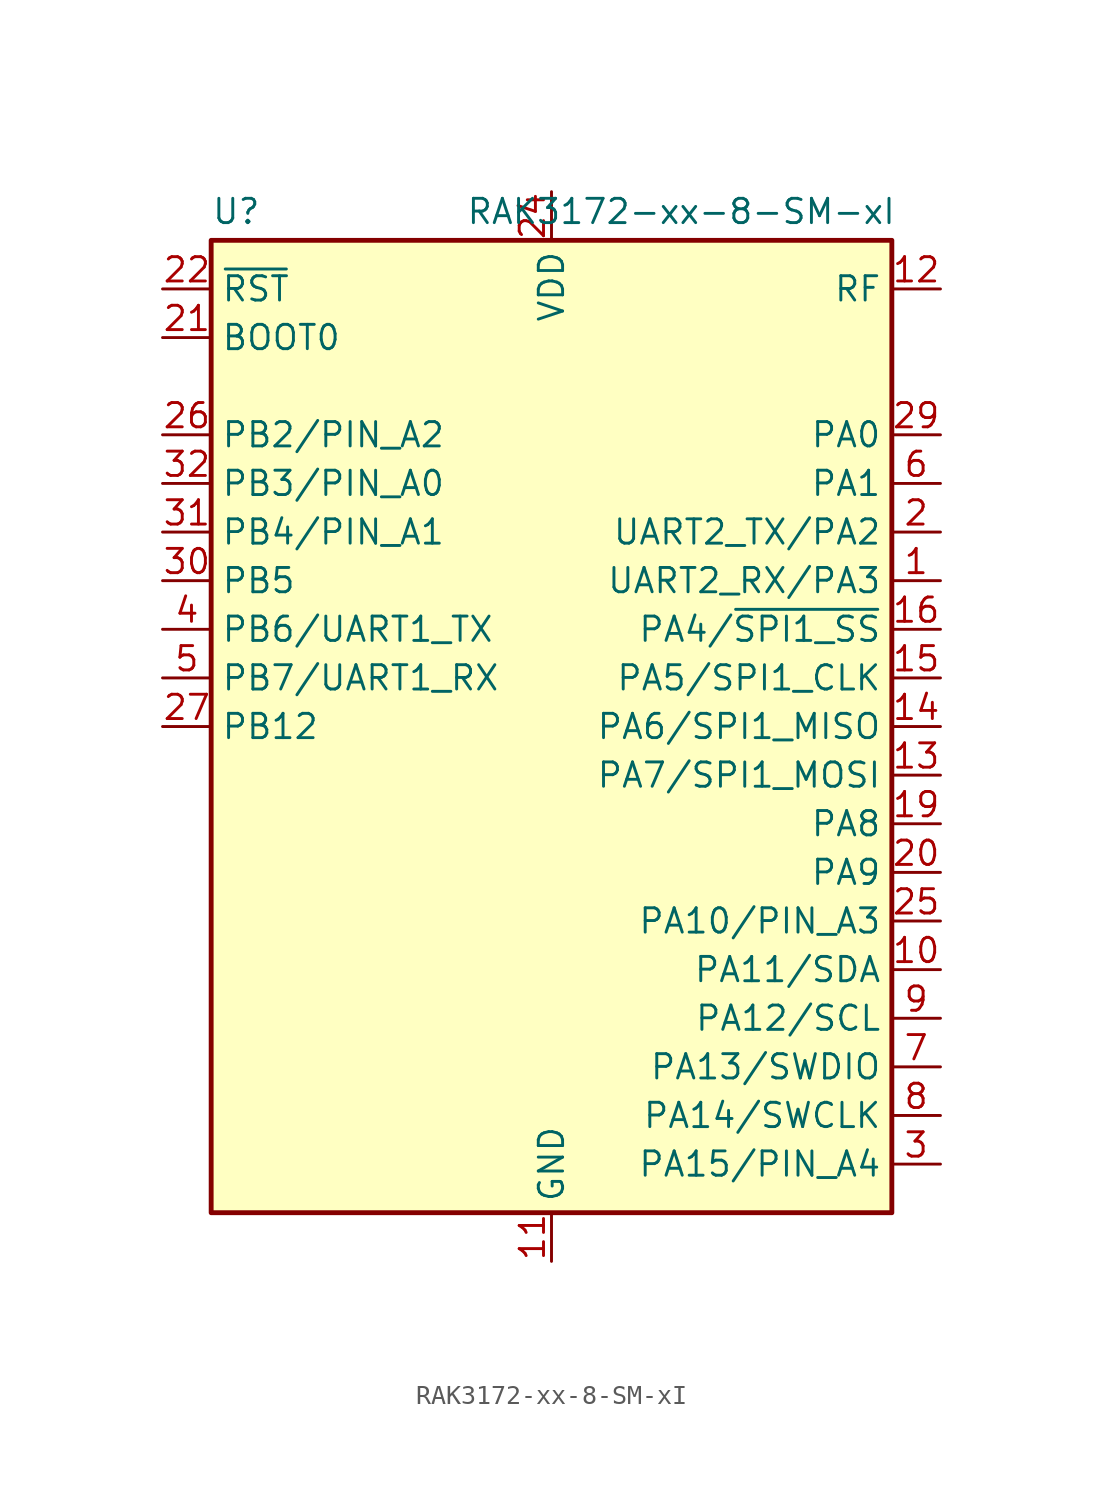
<source format=kicad_sym>
(kicad_symbol_lib
  (version 20241209)
  (generator "kicad_symbol_editor")
  (generator_version "9.0")
  (symbol "RAK3172-xx-8-SM-xI"
    (property "Reference" "U"
      (at -17.78 26.162 0)
      (effects (font (size 1.27 1.27)) (justify left bottom)))
    (property "Value" "RAK3172-xx-8-SM-xI"
      (at 18.034 26.162 0)
      (effects (font (size 1.27 1.27)) (justify right bottom)))
    (symbol "RAK3172-xx-8-SM-xI_0_0"
      (pin bidirectional line (at 20.32 7.62 180) (length 2.54) (name "UART2_RX/PA3" (effects (font (size 1.27 1.27)))) (number "1" (effects (font (size 1.27 1.27)))))
      (pin bidirectional line (at 20.32 -5.08 180) (length 2.54) (name "PA8" (effects (font (size 1.27 1.27)))) (number "19" (effects (font (size 1.27 1.27)))))
      (pin bidirectional line (at 20.32 10.16 180) (length 2.54) (name "UART2_TX/PA2" (effects (font (size 1.27 1.27)))) (number "2" (effects (font (size 1.27 1.27)))))
      (pin bidirectional line (at 20.32 -7.62 180) (length 2.54) (name "PA9" (effects (font (size 1.27 1.27)))) (number "20" (effects (font (size 1.27 1.27)))))
      (pin input line (at -20.32 20.32 0) (length 2.54) (name "BOOT0" (effects (font (size 1.27 1.27)))) (number "21" (effects (font (size 1.27 1.27)))))
      (pin bidirectional line (at -20.32 0 0) (length 2.54) (name "PB12" (effects (font (size 1.27 1.27)))) (number "27" (effects (font (size 1.27 1.27)))))
      (pin bidirectional line (at 20.32 15.24 180) (length 2.54) (name "PA0" (effects (font (size 1.27 1.27)))) (number "29" (effects (font (size 1.27 1.27)))))
      (pin bidirectional line (at -20.32 7.62 0) (length 2.54) (name "PB5" (effects (font (size 1.27 1.27)))) (number "30" (effects (font (size 1.27 1.27)))))
      (pin bidirectional line (at 20.32 12.7 180) (length 2.54) (name "PA1" (effects (font (size 1.27 1.27)))) (number "6" (effects (font (size 1.27 1.27))))))
    (symbol "RAK3172-xx-8-SM-xI_1_0"
      (rectangle (start -17.78 25.4) (end 17.78 -25.4) (stroke (width 0.254) (type default)) (fill (type background)))
      (pin bidirectional line (at 20.32 -12.7 180) (length 2.54) (name "PA11/SDA" (effects (font (size 1.27 1.27)))) (number "10" (effects (font (size 1.27 1.27)))))
      (pin power_in line (at 0 -27.94 90) (length 2.54) (name "GND" (effects (font (size 1.27 1.27)))) (number "11" (effects (font (size 1.27 1.27)))))
      (pin passive line (at 20.32 22.86 180) (length 2.54) (name "RF" (effects (font (size 1.27 1.27)))) (number "12" (effects (font (size 1.27 1.27)))))
      (pin bidirectional line (at 20.32 -2.54 180) (length 2.54) (name "PA7/SPI1_MOSI" (effects (font (size 1.27 1.27)))) (number "13" (effects (font (size 1.27 1.27)))))
      (pin bidirectional line (at 20.32 0 180) (length 2.54) (name "PA6/SPI1_MISO" (effects (font (size 1.27 1.27)))) (number "14" (effects (font (size 1.27 1.27)))))
      (pin bidirectional line (at 20.32 2.54 180) (length 2.54) (name "PA5/SPI1_CLK" (effects (font (size 1.27 1.27)))) (number "15" (effects (font (size 1.27 1.27)))))
      (pin bidirectional line (at 20.32 5.08 180) (length 2.54) (name "PA4/~{SPI1_SS}" (effects (font (size 1.27 1.27)))) (number "16" (effects (font (size 1.27 1.27)))))
      (pin passive line (at 0 -27.94 90) (length 2.54) hide (name "GND" (effects (font (size 1.27 1.27)))) (number "17" (effects (font (size 1.27 1.27)))))
      (pin passive line (at 0 -27.94 90) (length 2.54) hide (name "GND" (effects (font (size 1.27 1.27)))) (number "18" (effects (font (size 1.27 1.27)))))
      (pin passive line (at -20.32 22.86 0) (length 2.54) (name "~{RST}" (effects (font (size 1.27 1.27)))) (number "22" (effects (font (size 1.27 1.27)))))
      (pin passive line (at 0 -27.94 90) (length 2.54) hide (name "GND" (effects (font (size 1.27 1.27)))) (number "23" (effects (font (size 1.27 1.27)))))
      (pin power_in line (at 0 27.94 270) (length 2.54) (name "VDD" (effects (font (size 1.27 1.27)))) (number "24" (effects (font (size 1.27 1.27)))))
      (pin bidirectional line (at 20.32 -10.16 180) (length 2.54) (name "PA10/PIN_A3" (effects (font (size 1.27 1.27)))) (number "25" (effects (font (size 1.27 1.27)))))
      (pin bidirectional line (at -20.32 15.24 0) (length 2.54) (name "PB2/PIN_A2" (effects (font (size 1.27 1.27)))) (number "26" (effects (font (size 1.27 1.27)))))
      (pin passive line (at 0 -27.94 90) (length 2.54) hide (name "GND" (effects (font (size 1.27 1.27)))) (number "28" (effects (font (size 1.27 1.27)))))
      (pin bidirectional line (at 20.32 -22.86 180) (length 2.54) (name "PA15/PIN_A4" (effects (font (size 1.27 1.27)))) (number "3" (effects (font (size 1.27 1.27)))))
      (pin bidirectional line (at -20.32 10.16 0) (length 2.54) (name "PB4/PIN_A1" (effects (font (size 1.27 1.27)))) (number "31" (effects (font (size 1.27 1.27)))))
      (pin bidirectional line (at -20.32 12.7 0) (length 2.54) (name "PB3/PIN_A0" (effects (font (size 1.27 1.27)))) (number "32" (effects (font (size 1.27 1.27)))))
      (pin bidirectional line (at -20.32 5.08 0) (length 2.54) (name "PB6/UART1_TX" (effects (font (size 1.27 1.27)))) (number "4" (effects (font (size 1.27 1.27)))))
      (pin bidirectional line (at -20.32 2.54 0) (length 2.54) (name "PB7/UART1_RX" (effects (font (size 1.27 1.27)))) (number "5" (effects (font (size 1.27 1.27)))))
      (pin bidirectional line (at 20.32 -17.78 180) (length 2.54) (name "PA13/SWDIO" (effects (font (size 1.27 1.27)))) (number "7" (effects (font (size 1.27 1.27)))))
      (pin bidirectional line (at 20.32 -20.32 180) (length 2.54) (name "PA14/SWCLK" (effects (font (size 1.27 1.27)))) (number "8" (effects (font (size 1.27 1.27)))))
      (pin bidirectional line (at 20.32 -15.24 180) (length 2.54) (name "PA12/SCL" (effects (font (size 1.27 1.27)))) (number "9" (effects (font (size 1.27 1.27))))))))
</source>
